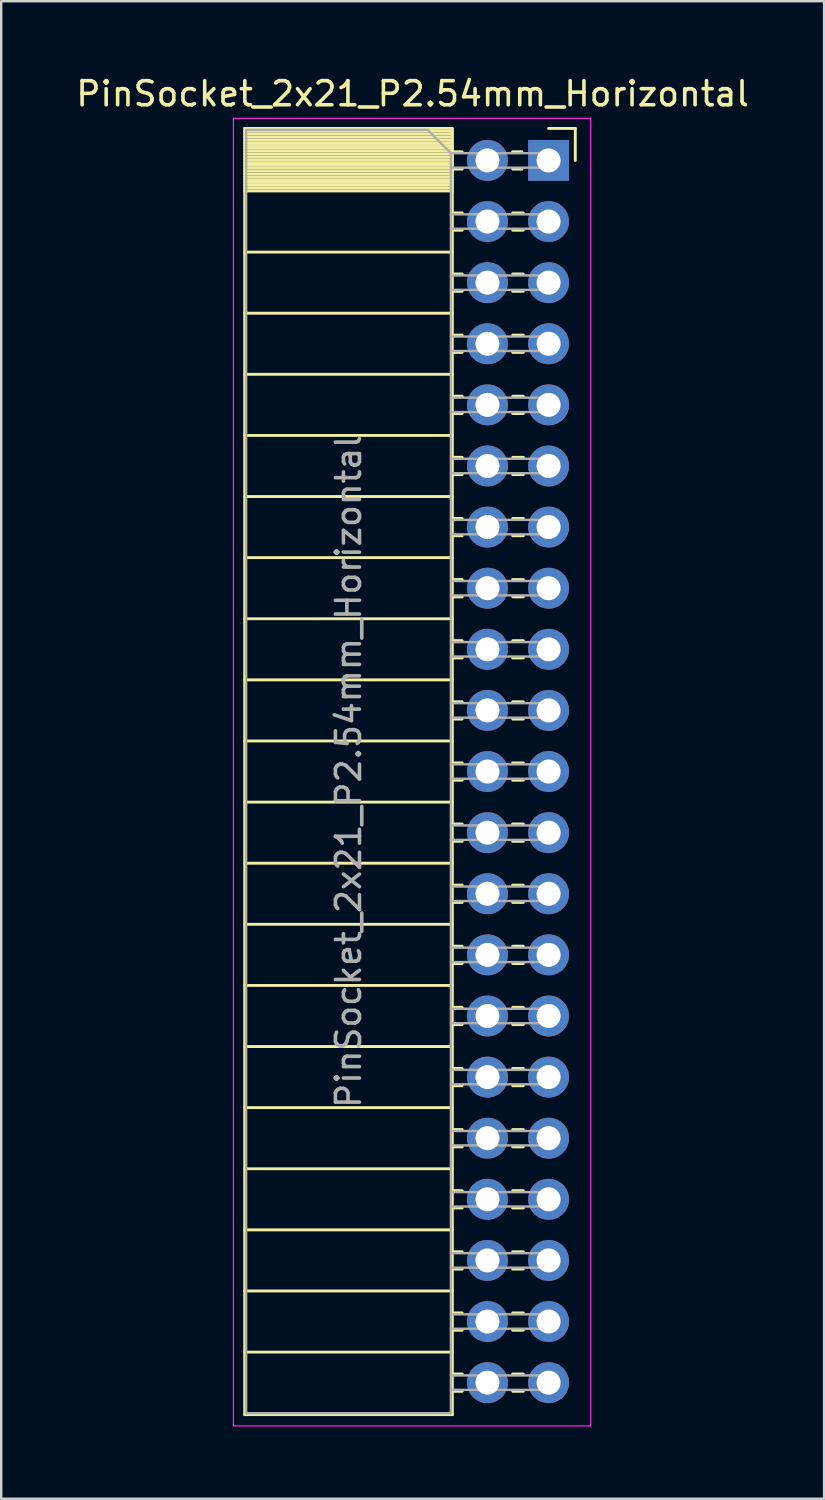
<source format=kicad_pcb>
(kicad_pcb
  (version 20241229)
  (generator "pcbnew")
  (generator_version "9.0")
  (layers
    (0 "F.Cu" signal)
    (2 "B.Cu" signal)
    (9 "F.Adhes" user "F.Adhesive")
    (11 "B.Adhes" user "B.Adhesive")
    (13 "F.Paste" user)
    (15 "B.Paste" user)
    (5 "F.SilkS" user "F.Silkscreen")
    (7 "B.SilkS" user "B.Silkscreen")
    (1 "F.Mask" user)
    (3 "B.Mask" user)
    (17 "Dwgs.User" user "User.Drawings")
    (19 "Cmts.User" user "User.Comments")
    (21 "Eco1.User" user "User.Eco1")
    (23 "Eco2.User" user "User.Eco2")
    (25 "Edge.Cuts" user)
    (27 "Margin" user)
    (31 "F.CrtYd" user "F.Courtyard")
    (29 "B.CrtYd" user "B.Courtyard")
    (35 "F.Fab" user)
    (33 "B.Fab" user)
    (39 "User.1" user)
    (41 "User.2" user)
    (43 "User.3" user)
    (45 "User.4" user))
  (footprint "PinSocket_2x21_P2.54mm_Horizontal"
    (layer "F.Cu")
    (at 19.751 3.618)
    (property "Reference" "PinSocket_2x21_P2.54mm_Horizontal" (at -5.65 -2.77 0) (layer "F.SilkS") (effects (font (size 1 1) (thickness 0.15))))
    (attr through_hole)
    (fp_line (start -12.63 -1.33) (end -12.63 52.13) (stroke (width 0.12) (type solid)) (layer "F.SilkS"))
    (fp_line (start -12.63 -1.33) (end -4 -1.33) (stroke (width 0.12) (type solid)) (layer "F.SilkS"))
    (fp_line (start -12.63 -1.21) (end -4 -1.21) (stroke (width 0.12) (type solid)) (layer "F.SilkS"))
    (fp_line (start -12.63 -1.092) (end -4 -1.092) (stroke (width 0.12) (type solid)) (layer "F.SilkS"))
    (fp_line (start -12.63 -0.974) (end -4 -0.974) (stroke (width 0.12) (type solid)) (layer "F.SilkS"))
    (fp_line (start -12.63 -0.856) (end -4 -0.856) (stroke (width 0.12) (type solid)) (layer "F.SilkS"))
    (fp_line (start -12.63 -0.738) (end -4 -0.738) (stroke (width 0.12) (type solid)) (layer "F.SilkS"))
    (fp_line (start -12.63 -0.62) (end -4 -0.62) (stroke (width 0.12) (type solid)) (layer "F.SilkS"))
    (fp_line (start -12.63 -0.501) (end -4 -0.501) (stroke (width 0.12) (type solid)) (layer "F.SilkS"))
    (fp_line (start -12.63 -0.383) (end -4 -0.383) (stroke (width 0.12) (type solid)) (layer "F.SilkS"))
    (fp_line (start -12.63 -0.265) (end -4 -0.265) (stroke (width 0.12) (type solid)) (layer "F.SilkS"))
    (fp_line (start -12.63 -0.147) (end -4 -0.147) (stroke (width 0.12) (type solid)) (layer "F.SilkS"))
    (fp_line (start -12.63 -0.029) (end -4 -0.029) (stroke (width 0.12) (type solid)) (layer "F.SilkS"))
    (fp_line (start -12.63 0.089) (end -4 0.089) (stroke (width 0.12) (type solid)) (layer "F.SilkS"))
    (fp_line (start -12.63 0.207) (end -4 0.207) (stroke (width 0.12) (type solid)) (layer "F.SilkS"))
    (fp_line (start -12.63 0.325) (end -4 0.325) (stroke (width 0.12) (type solid)) (layer "F.SilkS"))
    (fp_line (start -12.63 0.443) (end -4 0.443) (stroke (width 0.12) (type solid)) (layer "F.SilkS"))
    (fp_line (start -12.63 0.561) (end -4 0.561) (stroke (width 0.12) (type solid)) (layer "F.SilkS"))
    (fp_line (start -12.63 0.68) (end -4 0.68) (stroke (width 0.12) (type solid)) (layer "F.SilkS"))
    (fp_line (start -12.63 0.798) (end -4 0.798) (stroke (width 0.12) (type solid)) (layer "F.SilkS"))
    (fp_line (start -12.63 0.916) (end -4 0.916) (stroke (width 0.12) (type solid)) (layer "F.SilkS"))
    (fp_line (start -12.63 1.034) (end -4 1.034) (stroke (width 0.12) (type solid)) (layer "F.SilkS"))
    (fp_line (start -12.63 1.152) (end -4 1.152) (stroke (width 0.12) (type solid)) (layer "F.SilkS"))
    (fp_line (start -12.63 1.27) (end -4 1.27) (stroke (width 0.12) (type solid)) (layer "F.SilkS"))
    (fp_line (start -12.63 3.81) (end -4 3.81) (stroke (width 0.12) (type solid)) (layer "F.SilkS"))
    (fp_line (start -12.63 6.35) (end -4 6.35) (stroke (width 0.12) (type solid)) (layer "F.SilkS"))
    (fp_line (start -12.63 8.89) (end -4 8.89) (stroke (width 0.12) (type solid)) (layer "F.SilkS"))
    (fp_line (start -12.63 11.43) (end -4 11.43) (stroke (width 0.12) (type solid)) (layer "F.SilkS"))
    (fp_line (start -12.63 13.97) (end -4 13.97) (stroke (width 0.12) (type solid)) (layer "F.SilkS"))
    (fp_line (start -12.63 16.51) (end -4 16.51) (stroke (width 0.12) (type solid)) (layer "F.SilkS"))
    (fp_line (start -12.63 19.05) (end -4 19.05) (stroke (width 0.12) (type solid)) (layer "F.SilkS"))
    (fp_line (start -12.63 21.59) (end -4 21.59) (stroke (width 0.12) (type solid)) (layer "F.SilkS"))
    (fp_line (start -12.63 24.13) (end -4 24.13) (stroke (width 0.12) (type solid)) (layer "F.SilkS"))
    (fp_line (start -12.63 26.67) (end -4 26.67) (stroke (width 0.12) (type solid)) (layer "F.SilkS"))
    (fp_line (start -12.63 29.21) (end -4 29.21) (stroke (width 0.12) (type solid)) (layer "F.SilkS"))
    (fp_line (start -12.63 31.75) (end -4 31.75) (stroke (width 0.12) (type solid)) (layer "F.SilkS"))
    (fp_line (start -12.63 34.29) (end -4 34.29) (stroke (width 0.12) (type solid)) (layer "F.SilkS"))
    (fp_line (start -12.63 36.83) (end -4 36.83) (stroke (width 0.12) (type solid)) (layer "F.SilkS"))
    (fp_line (start -12.63 39.37) (end -4 39.37) (stroke (width 0.12) (type solid)) (layer "F.SilkS"))
    (fp_line (start -12.63 41.91) (end -4 41.91) (stroke (width 0.12) (type solid)) (layer "F.SilkS"))
    (fp_line (start -12.63 44.45) (end -4 44.45) (stroke (width 0.12) (type solid)) (layer "F.SilkS"))
    (fp_line (start -12.63 46.99) (end -4 46.99) (stroke (width 0.12) (type solid)) (layer "F.SilkS"))
    (fp_line (start -12.63 49.53) (end -4 49.53) (stroke (width 0.12) (type solid)) (layer "F.SilkS"))
    (fp_line (start -12.63 52.13) (end -4 52.13) (stroke (width 0.12) (type solid)) (layer "F.SilkS"))
    (fp_line (start -4 -1.33) (end -4 52.13) (stroke (width 0.12) (type solid)) (layer "F.SilkS"))
    (fp_line (start -4 -0.36) (end -3.59 -0.36) (stroke (width 0.12) (type solid)) (layer "F.SilkS"))
    (fp_line (start -4 0.36) (end -3.59 0.36) (stroke (width 0.12) (type solid)) (layer "F.SilkS"))
    (fp_line (start -4 2.18) (end -3.59 2.18) (stroke (width 0.12) (type solid)) (layer "F.SilkS"))
    (fp_line (start -4 2.9) (end -3.59 2.9) (stroke (width 0.12) (type solid)) (layer "F.SilkS"))
    (fp_line (start -4 4.72) (end -3.59 4.72) (stroke (width 0.12) (type solid)) (layer "F.SilkS"))
    (fp_line (start -4 5.44) (end -3.59 5.44) (stroke (width 0.12) (type solid)) (layer "F.SilkS"))
    (fp_line (start -4 7.26) (end -3.59 7.26) (stroke (width 0.12) (type solid)) (layer "F.SilkS"))
    (fp_line (start -4 7.98) (end -3.59 7.98) (stroke (width 0.12) (type solid)) (layer "F.SilkS"))
    (fp_line (start -4 9.8) (end -3.59 9.8) (stroke (width 0.12) (type solid)) (layer "F.SilkS"))
    (fp_line (start -4 10.52) (end -3.59 10.52) (stroke (width 0.12) (type solid)) (layer "F.SilkS"))
    (fp_line (start -4 12.34) (end -3.59 12.34) (stroke (width 0.12) (type solid)) (layer "F.SilkS"))
    (fp_line (start -4 13.06) (end -3.59 13.06) (stroke (width 0.12) (type solid)) (layer "F.SilkS"))
    (fp_line (start -4 14.88) (end -3.59 14.88) (stroke (width 0.12) (type solid)) (layer "F.SilkS"))
    (fp_line (start -4 15.6) (end -3.59 15.6) (stroke (width 0.12) (type solid)) (layer "F.SilkS"))
    (fp_line (start -4 17.42) (end -3.59 17.42) (stroke (width 0.12) (type solid)) (layer "F.SilkS"))
    (fp_line (start -4 18.14) (end -3.59 18.14) (stroke (width 0.12) (type solid)) (layer "F.SilkS"))
    (fp_line (start -4 19.96) (end -3.59 19.96) (stroke (width 0.12) (type solid)) (layer "F.SilkS"))
    (fp_line (start -4 20.68) (end -3.59 20.68) (stroke (width 0.12) (type solid)) (layer "F.SilkS"))
    (fp_line (start -4 22.5) (end -3.59 22.5) (stroke (width 0.12) (type solid)) (layer "F.SilkS"))
    (fp_line (start -4 23.22) (end -3.59 23.22) (stroke (width 0.12) (type solid)) (layer "F.SilkS"))
    (fp_line (start -4 25.04) (end -3.59 25.04) (stroke (width 0.12) (type solid)) (layer "F.SilkS"))
    (fp_line (start -4 25.76) (end -3.59 25.76) (stroke (width 0.12) (type solid)) (layer "F.SilkS"))
    (fp_line (start -4 27.58) (end -3.59 27.58) (stroke (width 0.12) (type solid)) (layer "F.SilkS"))
    (fp_line (start -4 28.3) (end -3.59 28.3) (stroke (width 0.12) (type solid)) (layer "F.SilkS"))
    (fp_line (start -4 30.12) (end -3.59 30.12) (stroke (width 0.12) (type solid)) (layer "F.SilkS"))
    (fp_line (start -4 30.84) (end -3.59 30.84) (stroke (width 0.12) (type solid)) (layer "F.SilkS"))
    (fp_line (start -4 32.66) (end -3.59 32.66) (stroke (width 0.12) (type solid)) (layer "F.SilkS"))
    (fp_line (start -4 33.38) (end -3.59 33.38) (stroke (width 0.12) (type solid)) (layer "F.SilkS"))
    (fp_line (start -4 35.2) (end -3.59 35.2) (stroke (width 0.12) (type solid)) (layer "F.SilkS"))
    (fp_line (start -4 35.92) (end -3.59 35.92) (stroke (width 0.12) (type solid)) (layer "F.SilkS"))
    (fp_line (start -4 37.74) (end -3.59 37.74) (stroke (width 0.12) (type solid)) (layer "F.SilkS"))
    (fp_line (start -4 38.46) (end -3.59 38.46) (stroke (width 0.12) (type solid)) (layer "F.SilkS"))
    (fp_line (start -4 40.28) (end -3.59 40.28) (stroke (width 0.12) (type solid)) (layer "F.SilkS"))
    (fp_line (start -4 41) (end -3.59 41) (stroke (width 0.12) (type solid)) (layer "F.SilkS"))
    (fp_line (start -4 42.82) (end -3.59 42.82) (stroke (width 0.12) (type solid)) (layer "F.SilkS"))
    (fp_line (start -4 43.54) (end -3.59 43.54) (stroke (width 0.12) (type solid)) (layer "F.SilkS"))
    (fp_line (start -4 45.36) (end -3.59 45.36) (stroke (width 0.12) (type solid)) (layer "F.SilkS"))
    (fp_line (start -4 46.08) (end -3.59 46.08) (stroke (width 0.12) (type solid)) (layer "F.SilkS"))
    (fp_line (start -4 47.9) (end -3.59 47.9) (stroke (width 0.12) (type solid)) (layer "F.SilkS"))
    (fp_line (start -4 48.62) (end -3.59 48.62) (stroke (width 0.12) (type solid)) (layer "F.SilkS"))
    (fp_line (start -4 50.44) (end -3.59 50.44) (stroke (width 0.12) (type solid)) (layer "F.SilkS"))
    (fp_line (start -4 51.16) (end -3.59 51.16) (stroke (width 0.12) (type solid)) (layer "F.SilkS"))
    (fp_line (start -1.49 -0.36) (end -1.11 -0.36) (stroke (width 0.12) (type solid)) (layer "F.SilkS"))
    (fp_line (start -1.49 0.36) (end -1.11 0.36) (stroke (width 0.12) (type solid)) (layer "F.SilkS"))
    (fp_line (start -1.49 2.18) (end -1.05 2.18) (stroke (width 0.12) (type solid)) (layer "F.SilkS"))
    (fp_line (start -1.49 2.9) (end -1.05 2.9) (stroke (width 0.12) (type solid)) (layer "F.SilkS"))
    (fp_line (start -1.49 4.72) (end -1.05 4.72) (stroke (width 0.12) (type solid)) (layer "F.SilkS"))
    (fp_line (start -1.49 5.44) (end -1.05 5.44) (stroke (width 0.12) (type solid)) (layer "F.SilkS"))
    (fp_line (start -1.49 7.26) (end -1.05 7.26) (stroke (width 0.12) (type solid)) (layer "F.SilkS"))
    (fp_line (start -1.49 7.98) (end -1.05 7.98) (stroke (width 0.12) (type solid)) (layer "F.SilkS"))
    (fp_line (start -1.49 9.8) (end -1.05 9.8) (stroke (width 0.12) (type solid)) (layer "F.SilkS"))
    (fp_line (start -1.49 10.52) (end -1.05 10.52) (stroke (width 0.12) (type solid)) (layer "F.SilkS"))
    (fp_line (start -1.49 12.34) (end -1.05 12.34) (stroke (width 0.12) (type solid)) (layer "F.SilkS"))
    (fp_line (start -1.49 13.06) (end -1.05 13.06) (stroke (width 0.12) (type solid)) (layer "F.SilkS"))
    (fp_line (start -1.49 14.88) (end -1.05 14.88) (stroke (width 0.12) (type solid)) (layer "F.SilkS"))
    (fp_line (start -1.49 15.6) (end -1.05 15.6) (stroke (width 0.12) (type solid)) (layer "F.SilkS"))
    (fp_line (start -1.49 17.42) (end -1.05 17.42) (stroke (width 0.12) (type solid)) (layer "F.SilkS"))
    (fp_line (start -1.49 18.14) (end -1.05 18.14) (stroke (width 0.12) (type solid)) (layer "F.SilkS"))
    (fp_line (start -1.49 19.96) (end -1.05 19.96) (stroke (width 0.12) (type solid)) (layer "F.SilkS"))
    (fp_line (start -1.49 20.68) (end -1.05 20.68) (stroke (width 0.12) (type solid)) (layer "F.SilkS"))
    (fp_line (start -1.49 22.5) (end -1.05 22.5) (stroke (width 0.12) (type solid)) (layer "F.SilkS"))
    (fp_line (start -1.49 23.22) (end -1.05 23.22) (stroke (width 0.12) (type solid)) (layer "F.SilkS"))
    (fp_line (start -1.49 25.04) (end -1.05 25.04) (stroke (width 0.12) (type solid)) (layer "F.SilkS"))
    (fp_line (start -1.49 25.76) (end -1.05 25.76) (stroke (width 0.12) (type solid)) (layer "F.SilkS"))
    (fp_line (start -1.49 27.58) (end -1.05 27.58) (stroke (width 0.12) (type solid)) (layer "F.SilkS"))
    (fp_line (start -1.49 28.3) (end -1.05 28.3) (stroke (width 0.12) (type solid)) (layer "F.SilkS"))
    (fp_line (start -1.49 30.12) (end -1.05 30.12) (stroke (width 0.12) (type solid)) (layer "F.SilkS"))
    (fp_line (start -1.49 30.84) (end -1.05 30.84) (stroke (width 0.12) (type solid)) (layer "F.SilkS"))
    (fp_line (start -1.49 32.66) (end -1.05 32.66) (stroke (width 0.12) (type solid)) (layer "F.SilkS"))
    (fp_line (start -1.49 33.38) (end -1.05 33.38) (stroke (width 0.12) (type solid)) (layer "F.SilkS"))
    (fp_line (start -1.49 35.2) (end -1.05 35.2) (stroke (width 0.12) (type solid)) (layer "F.SilkS"))
    (fp_line (start -1.49 35.92) (end -1.05 35.92) (stroke (width 0.12) (type solid)) (layer "F.SilkS"))
    (fp_line (start -1.49 37.74) (end -1.05 37.74) (stroke (width 0.12) (type solid)) (layer "F.SilkS"))
    (fp_line (start -1.49 38.46) (end -1.05 38.46) (stroke (width 0.12) (type solid)) (layer "F.SilkS"))
    (fp_line (start -1.49 40.28) (end -1.05 40.28) (stroke (width 0.12) (type solid)) (layer "F.SilkS"))
    (fp_line (start -1.49 41) (end -1.05 41) (stroke (width 0.12) (type solid)) (layer "F.SilkS"))
    (fp_line (start -1.49 42.82) (end -1.05 42.82) (stroke (width 0.12) (type solid)) (layer "F.SilkS"))
    (fp_line (start -1.49 43.54) (end -1.05 43.54) (stroke (width 0.12) (type solid)) (layer "F.SilkS"))
    (fp_line (start -1.49 45.36) (end -1.05 45.36) (stroke (width 0.12) (type solid)) (layer "F.SilkS"))
    (fp_line (start -1.49 46.08) (end -1.05 46.08) (stroke (width 0.12) (type solid)) (layer "F.SilkS"))
    (fp_line (start -1.49 47.9) (end -1.05 47.9) (stroke (width 0.12) (type solid)) (layer "F.SilkS"))
    (fp_line (start -1.49 48.62) (end -1.05 48.62) (stroke (width 0.12) (type solid)) (layer "F.SilkS"))
    (fp_line (start -1.49 50.44) (end -1.05 50.44) (stroke (width 0.12) (type solid)) (layer "F.SilkS"))
    (fp_line (start -1.49 51.16) (end -1.05 51.16) (stroke (width 0.12) (type solid)) (layer "F.SilkS"))
    (fp_line (start 0 -1.33) (end 1.11 -1.33) (stroke (width 0.12) (type solid)) (layer "F.SilkS"))
    (fp_line (start 1.11 -1.33) (end 1.11 0) (stroke (width 0.12) (type solid)) (layer "F.SilkS"))
    (fp_line (start -13.1 -1.75) (end -13.1 52.6) (stroke (width 0.05) (type solid)) (layer "F.CrtYd"))
    (fp_line (start -13.1 52.6) (end 1.75 52.6) (stroke (width 0.05) (type solid)) (layer "F.CrtYd"))
    (fp_line (start 1.75 -1.75) (end -13.1 -1.75) (stroke (width 0.05) (type solid)) (layer "F.CrtYd"))
    (fp_line (start 1.75 52.6) (end 1.75 -1.75) (stroke (width 0.05) (type solid)) (layer "F.CrtYd"))
    (fp_line (start -12.57 -1.27) (end -5.03 -1.27) (stroke (width 0.1) (type solid)) (layer "F.Fab"))
    (fp_line (start -12.57 52.07) (end -12.57 -1.27) (stroke (width 0.1) (type solid)) (layer "F.Fab"))
    (fp_line (start -5.03 -1.27) (end -4.06 -0.3) (stroke (width 0.1) (type solid)) (layer "F.Fab"))
    (fp_line (start -4.06 -0.3) (end -4.06 52.07) (stroke (width 0.1) (type solid)) (layer "F.Fab"))
    (fp_line (start -4.06 0.3) (end 0 0.3) (stroke (width 0.1) (type solid)) (layer "F.Fab"))
    (fp_line (start -4.06 2.84) (end 0 2.84) (stroke (width 0.1) (type solid)) (layer "F.Fab"))
    (fp_line (start -4.06 5.38) (end 0 5.38) (stroke (width 0.1) (type solid)) (layer "F.Fab"))
    (fp_line (start -4.06 7.92) (end 0 7.92) (stroke (width 0.1) (type solid)) (layer "F.Fab"))
    (fp_line (start -4.06 10.46) (end 0 10.46) (stroke (width 0.1) (type solid)) (layer "F.Fab"))
    (fp_line (start -4.06 13) (end 0 13) (stroke (width 0.1) (type solid)) (layer "F.Fab"))
    (fp_line (start -4.06 15.54) (end 0 15.54) (stroke (width 0.1) (type solid)) (layer "F.Fab"))
    (fp_line (start -4.06 18.08) (end 0 18.08) (stroke (width 0.1) (type solid)) (layer "F.Fab"))
    (fp_line (start -4.06 20.62) (end 0 20.62) (stroke (width 0.1) (type solid)) (layer "F.Fab"))
    (fp_line (start -4.06 23.16) (end 0 23.16) (stroke (width 0.1) (type solid)) (layer "F.Fab"))
    (fp_line (start -4.06 25.7) (end 0 25.7) (stroke (width 0.1) (type solid)) (layer "F.Fab"))
    (fp_line (start -4.06 28.24) (end 0 28.24) (stroke (width 0.1) (type solid)) (layer "F.Fab"))
    (fp_line (start -4.06 30.78) (end 0 30.78) (stroke (width 0.1) (type solid)) (layer "F.Fab"))
    (fp_line (start -4.06 33.32) (end 0 33.32) (stroke (width 0.1) (type solid)) (layer "F.Fab"))
    (fp_line (start -4.06 35.86) (end 0 35.86) (stroke (width 0.1) (type solid)) (layer "F.Fab"))
    (fp_line (start -4.06 38.4) (end 0 38.4) (stroke (width 0.1) (type solid)) (layer "F.Fab"))
    (fp_line (start -4.06 40.94) (end 0 40.94) (stroke (width 0.1) (type solid)) (layer "F.Fab"))
    (fp_line (start -4.06 43.48) (end 0 43.48) (stroke (width 0.1) (type solid)) (layer "F.Fab"))
    (fp_line (start -4.06 46.02) (end 0 46.02) (stroke (width 0.1) (type solid)) (layer "F.Fab"))
    (fp_line (start -4.06 48.56) (end 0 48.56) (stroke (width 0.1) (type solid)) (layer "F.Fab"))
    (fp_line (start -4.06 51.1) (end 0 51.1) (stroke (width 0.1) (type solid)) (layer "F.Fab"))
    (fp_line (start -4.06 52.07) (end -12.57 52.07) (stroke (width 0.1) (type solid)) (layer "F.Fab"))
    (fp_line (start 0 -0.3) (end -4.06 -0.3) (stroke (width 0.1) (type solid)) (layer "F.Fab"))
    (fp_line (start 0 0.3) (end 0 -0.3) (stroke (width 0.1) (type solid)) (layer "F.Fab"))
    (fp_line (start 0 2.24) (end -4.06 2.24) (stroke (width 0.1) (type solid)) (layer "F.Fab"))
    (fp_line (start 0 2.84) (end 0 2.24) (stroke (width 0.1) (type solid)) (layer "F.Fab"))
    (fp_line (start 0 4.78) (end -4.06 4.78) (stroke (width 0.1) (type solid)) (layer "F.Fab"))
    (fp_line (start 0 5.38) (end 0 4.78) (stroke (width 0.1) (type solid)) (layer "F.Fab"))
    (fp_line (start 0 7.32) (end -4.06 7.32) (stroke (width 0.1) (type solid)) (layer "F.Fab"))
    (fp_line (start 0 7.92) (end 0 7.32) (stroke (width 0.1) (type solid)) (layer "F.Fab"))
    (fp_line (start 0 9.86) (end -4.06 9.86) (stroke (width 0.1) (type solid)) (layer "F.Fab"))
    (fp_line (start 0 10.46) (end 0 9.86) (stroke (width 0.1) (type solid)) (layer "F.Fab"))
    (fp_line (start 0 12.4) (end -4.06 12.4) (stroke (width 0.1) (type solid)) (layer "F.Fab"))
    (fp_line (start 0 13) (end 0 12.4) (stroke (width 0.1) (type solid)) (layer "F.Fab"))
    (fp_line (start 0 14.94) (end -4.06 14.94) (stroke (width 0.1) (type solid)) (layer "F.Fab"))
    (fp_line (start 0 15.54) (end 0 14.94) (stroke (width 0.1) (type solid)) (layer "F.Fab"))
    (fp_line (start 0 17.48) (end -4.06 17.48) (stroke (width 0.1) (type solid)) (layer "F.Fab"))
    (fp_line (start 0 18.08) (end 0 17.48) (stroke (width 0.1) (type solid)) (layer "F.Fab"))
    (fp_line (start 0 20.02) (end -4.06 20.02) (stroke (width 0.1) (type solid)) (layer "F.Fab"))
    (fp_line (start 0 20.62) (end 0 20.02) (stroke (width 0.1) (type solid)) (layer "F.Fab"))
    (fp_line (start 0 22.56) (end -4.06 22.56) (stroke (width 0.1) (type solid)) (layer "F.Fab"))
    (fp_line (start 0 23.16) (end 0 22.56) (stroke (width 0.1) (type solid)) (layer "F.Fab"))
    (fp_line (start 0 25.1) (end -4.06 25.1) (stroke (width 0.1) (type solid)) (layer "F.Fab"))
    (fp_line (start 0 25.7) (end 0 25.1) (stroke (width 0.1) (type solid)) (layer "F.Fab"))
    (fp_line (start 0 27.64) (end -4.06 27.64) (stroke (width 0.1) (type solid)) (layer "F.Fab"))
    (fp_line (start 0 28.24) (end 0 27.64) (stroke (width 0.1) (type solid)) (layer "F.Fab"))
    (fp_line (start 0 30.18) (end -4.06 30.18) (stroke (width 0.1) (type solid)) (layer "F.Fab"))
    (fp_line (start 0 30.78) (end 0 30.18) (stroke (width 0.1) (type solid)) (layer "F.Fab"))
    (fp_line (start 0 32.72) (end -4.06 32.72) (stroke (width 0.1) (type solid)) (layer "F.Fab"))
    (fp_line (start 0 33.32) (end 0 32.72) (stroke (width 0.1) (type solid)) (layer "F.Fab"))
    (fp_line (start 0 35.26) (end -4.06 35.26) (stroke (width 0.1) (type solid)) (layer "F.Fab"))
    (fp_line (start 0 35.86) (end 0 35.26) (stroke (width 0.1) (type solid)) (layer "F.Fab"))
    (fp_line (start 0 37.8) (end -4.06 37.8) (stroke (width 0.1) (type solid)) (layer "F.Fab"))
    (fp_line (start 0 38.4) (end 0 37.8) (stroke (width 0.1) (type solid)) (layer "F.Fab"))
    (fp_line (start 0 40.34) (end -4.06 40.34) (stroke (width 0.1) (type solid)) (layer "F.Fab"))
    (fp_line (start 0 40.94) (end 0 40.34) (stroke (width 0.1) (type solid)) (layer "F.Fab"))
    (fp_line (start 0 42.88) (end -4.06 42.88) (stroke (width 0.1) (type solid)) (layer "F.Fab"))
    (fp_line (start 0 43.48) (end 0 42.88) (stroke (width 0.1) (type solid)) (layer "F.Fab"))
    (fp_line (start 0 45.42) (end -4.06 45.42) (stroke (width 0.1) (type solid)) (layer "F.Fab"))
    (fp_line (start 0 46.02) (end 0 45.42) (stroke (width 0.1) (type solid)) (layer "F.Fab"))
    (fp_line (start 0 47.96) (end -4.06 47.96) (stroke (width 0.1) (type solid)) (layer "F.Fab"))
    (fp_line (start 0 48.56) (end 0 47.96) (stroke (width 0.1) (type solid)) (layer "F.Fab"))
    (fp_line (start 0 50.5) (end -4.06 50.5) (stroke (width 0.1) (type solid)) (layer "F.Fab"))
    (fp_line (start 0 51.1) (end 0 50.5) (stroke (width 0.1) (type solid)) (layer "F.Fab"))
    (fp_text user "${REFERENCE}" (at -8.315 25.4 90) (layer "F.Fab") (effects (font (size 1 1) (thickness 0.15))))
    (pad "1" thru_hole rect (at 0 0) (size 1.7 1.7) (drill 1) (layers "*.Cu" "*.Mask"))
    (pad "2" thru_hole circle (at -2.54 0) (size 1.7 1.7) (drill 1) (layers "*.Cu" "*.Mask"))
    (pad "3" thru_hole circle (at 0 2.54) (size 1.7 1.7) (drill 1) (layers "*.Cu" "*.Mask"))
    (pad "4" thru_hole circle (at -2.54 2.54) (size 1.7 1.7) (drill 1) (layers "*.Cu" "*.Mask"))
    (pad "5" thru_hole circle (at 0 5.08) (size 1.7 1.7) (drill 1) (layers "*.Cu" "*.Mask"))
    (pad "6" thru_hole circle (at -2.54 5.08) (size 1.7 1.7) (drill 1) (layers "*.Cu" "*.Mask"))
    (pad "7" thru_hole circle (at 0 7.62) (size 1.7 1.7) (drill 1) (layers "*.Cu" "*.Mask"))
    (pad "8" thru_hole circle (at -2.54 7.62) (size 1.7 1.7) (drill 1) (layers "*.Cu" "*.Mask"))
    (pad "9" thru_hole circle (at 0 10.16) (size 1.7 1.7) (drill 1) (layers "*.Cu" "*.Mask"))
    (pad "10" thru_hole circle (at -2.54 10.16) (size 1.7 1.7) (drill 1) (layers "*.Cu" "*.Mask"))
    (pad "11" thru_hole circle (at 0 12.7) (size 1.7 1.7) (drill 1) (layers "*.Cu" "*.Mask"))
    (pad "12" thru_hole circle (at -2.54 12.7) (size 1.7 1.7) (drill 1) (layers "*.Cu" "*.Mask"))
    (pad "13" thru_hole circle (at 0 15.24) (size 1.7 1.7) (drill 1) (layers "*.Cu" "*.Mask"))
    (pad "14" thru_hole circle (at -2.54 15.24) (size 1.7 1.7) (drill 1) (layers "*.Cu" "*.Mask"))
    (pad "15" thru_hole circle (at 0 17.78) (size 1.7 1.7) (drill 1) (layers "*.Cu" "*.Mask"))
    (pad "16" thru_hole circle (at -2.54 17.78) (size 1.7 1.7) (drill 1) (layers "*.Cu" "*.Mask"))
    (pad "17" thru_hole circle (at 0 20.32) (size 1.7 1.7) (drill 1) (layers "*.Cu" "*.Mask"))
    (pad "18" thru_hole circle (at -2.54 20.32) (size 1.7 1.7) (drill 1) (layers "*.Cu" "*.Mask"))
    (pad "19" thru_hole circle (at 0 22.86) (size 1.7 1.7) (drill 1) (layers "*.Cu" "*.Mask"))
    (pad "20" thru_hole circle (at -2.54 22.86) (size 1.7 1.7) (drill 1) (layers "*.Cu" "*.Mask"))
    (pad "21" thru_hole circle (at 0 25.4) (size 1.7 1.7) (drill 1) (layers "*.Cu" "*.Mask"))
    (pad "22" thru_hole circle (at -2.54 25.4) (size 1.7 1.7) (drill 1) (layers "*.Cu" "*.Mask"))
    (pad "23" thru_hole circle (at 0 27.94) (size 1.7 1.7) (drill 1) (layers "*.Cu" "*.Mask"))
    (pad "24" thru_hole circle (at -2.54 27.94) (size 1.7 1.7) (drill 1) (layers "*.Cu" "*.Mask"))
    (pad "25" thru_hole circle (at 0 30.48) (size 1.7 1.7) (drill 1) (layers "*.Cu" "*.Mask"))
    (pad "26" thru_hole circle (at -2.54 30.48) (size 1.7 1.7) (drill 1) (layers "*.Cu" "*.Mask"))
    (pad "27" thru_hole circle (at 0 33.02) (size 1.7 1.7) (drill 1) (layers "*.Cu" "*.Mask"))
    (pad "28" thru_hole circle (at -2.54 33.02) (size 1.7 1.7) (drill 1) (layers "*.Cu" "*.Mask"))
    (pad "29" thru_hole circle (at 0 35.56) (size 1.7 1.7) (drill 1) (layers "*.Cu" "*.Mask"))
    (pad "30" thru_hole circle (at -2.54 35.56) (size 1.7 1.7) (drill 1) (layers "*.Cu" "*.Mask"))
    (pad "31" thru_hole circle (at 0 38.1) (size 1.7 1.7) (drill 1) (layers "*.Cu" "*.Mask"))
    (pad "32" thru_hole circle (at -2.54 38.1) (size 1.7 1.7) (drill 1) (layers "*.Cu" "*.Mask"))
    (pad "33" thru_hole circle (at 0 40.64) (size 1.7 1.7) (drill 1) (layers "*.Cu" "*.Mask"))
    (pad "34" thru_hole circle (at -2.54 40.64) (size 1.7 1.7) (drill 1) (layers "*.Cu" "*.Mask"))
    (pad "35" thru_hole circle (at 0 43.18) (size 1.7 1.7) (drill 1) (layers "*.Cu" "*.Mask"))
    (pad "36" thru_hole circle (at -2.54 43.18) (size 1.7 1.7) (drill 1) (layers "*.Cu" "*.Mask"))
    (pad "37" thru_hole circle (at 0 45.72) (size 1.7 1.7) (drill 1) (layers "*.Cu" "*.Mask"))
    (pad "38" thru_hole circle (at -2.54 45.72) (size 1.7 1.7) (drill 1) (layers "*.Cu" "*.Mask"))
    (pad "39" thru_hole circle (at 0 48.26) (size 1.7 1.7) (drill 1) (layers "*.Cu" "*.Mask"))
    (pad "40" thru_hole circle (at -2.54 48.26) (size 1.7 1.7) (drill 1) (layers "*.Cu" "*.Mask"))
    (pad "41" thru_hole circle (at 0 50.8) (size 1.7 1.7) (drill 1) (layers "*.Cu" "*.Mask"))
    (pad "42" thru_hole circle (at -2.54 50.8) (size 1.7 1.7) (drill 1) (layers "*.Cu" "*.Mask")))
  (gr_rect
    (start -3 -3)
    (end 31.202 59.243)
    (stroke (width 0.1) (type default))
    (fill no)
    (layer "Edge.Cuts")))
</source>
